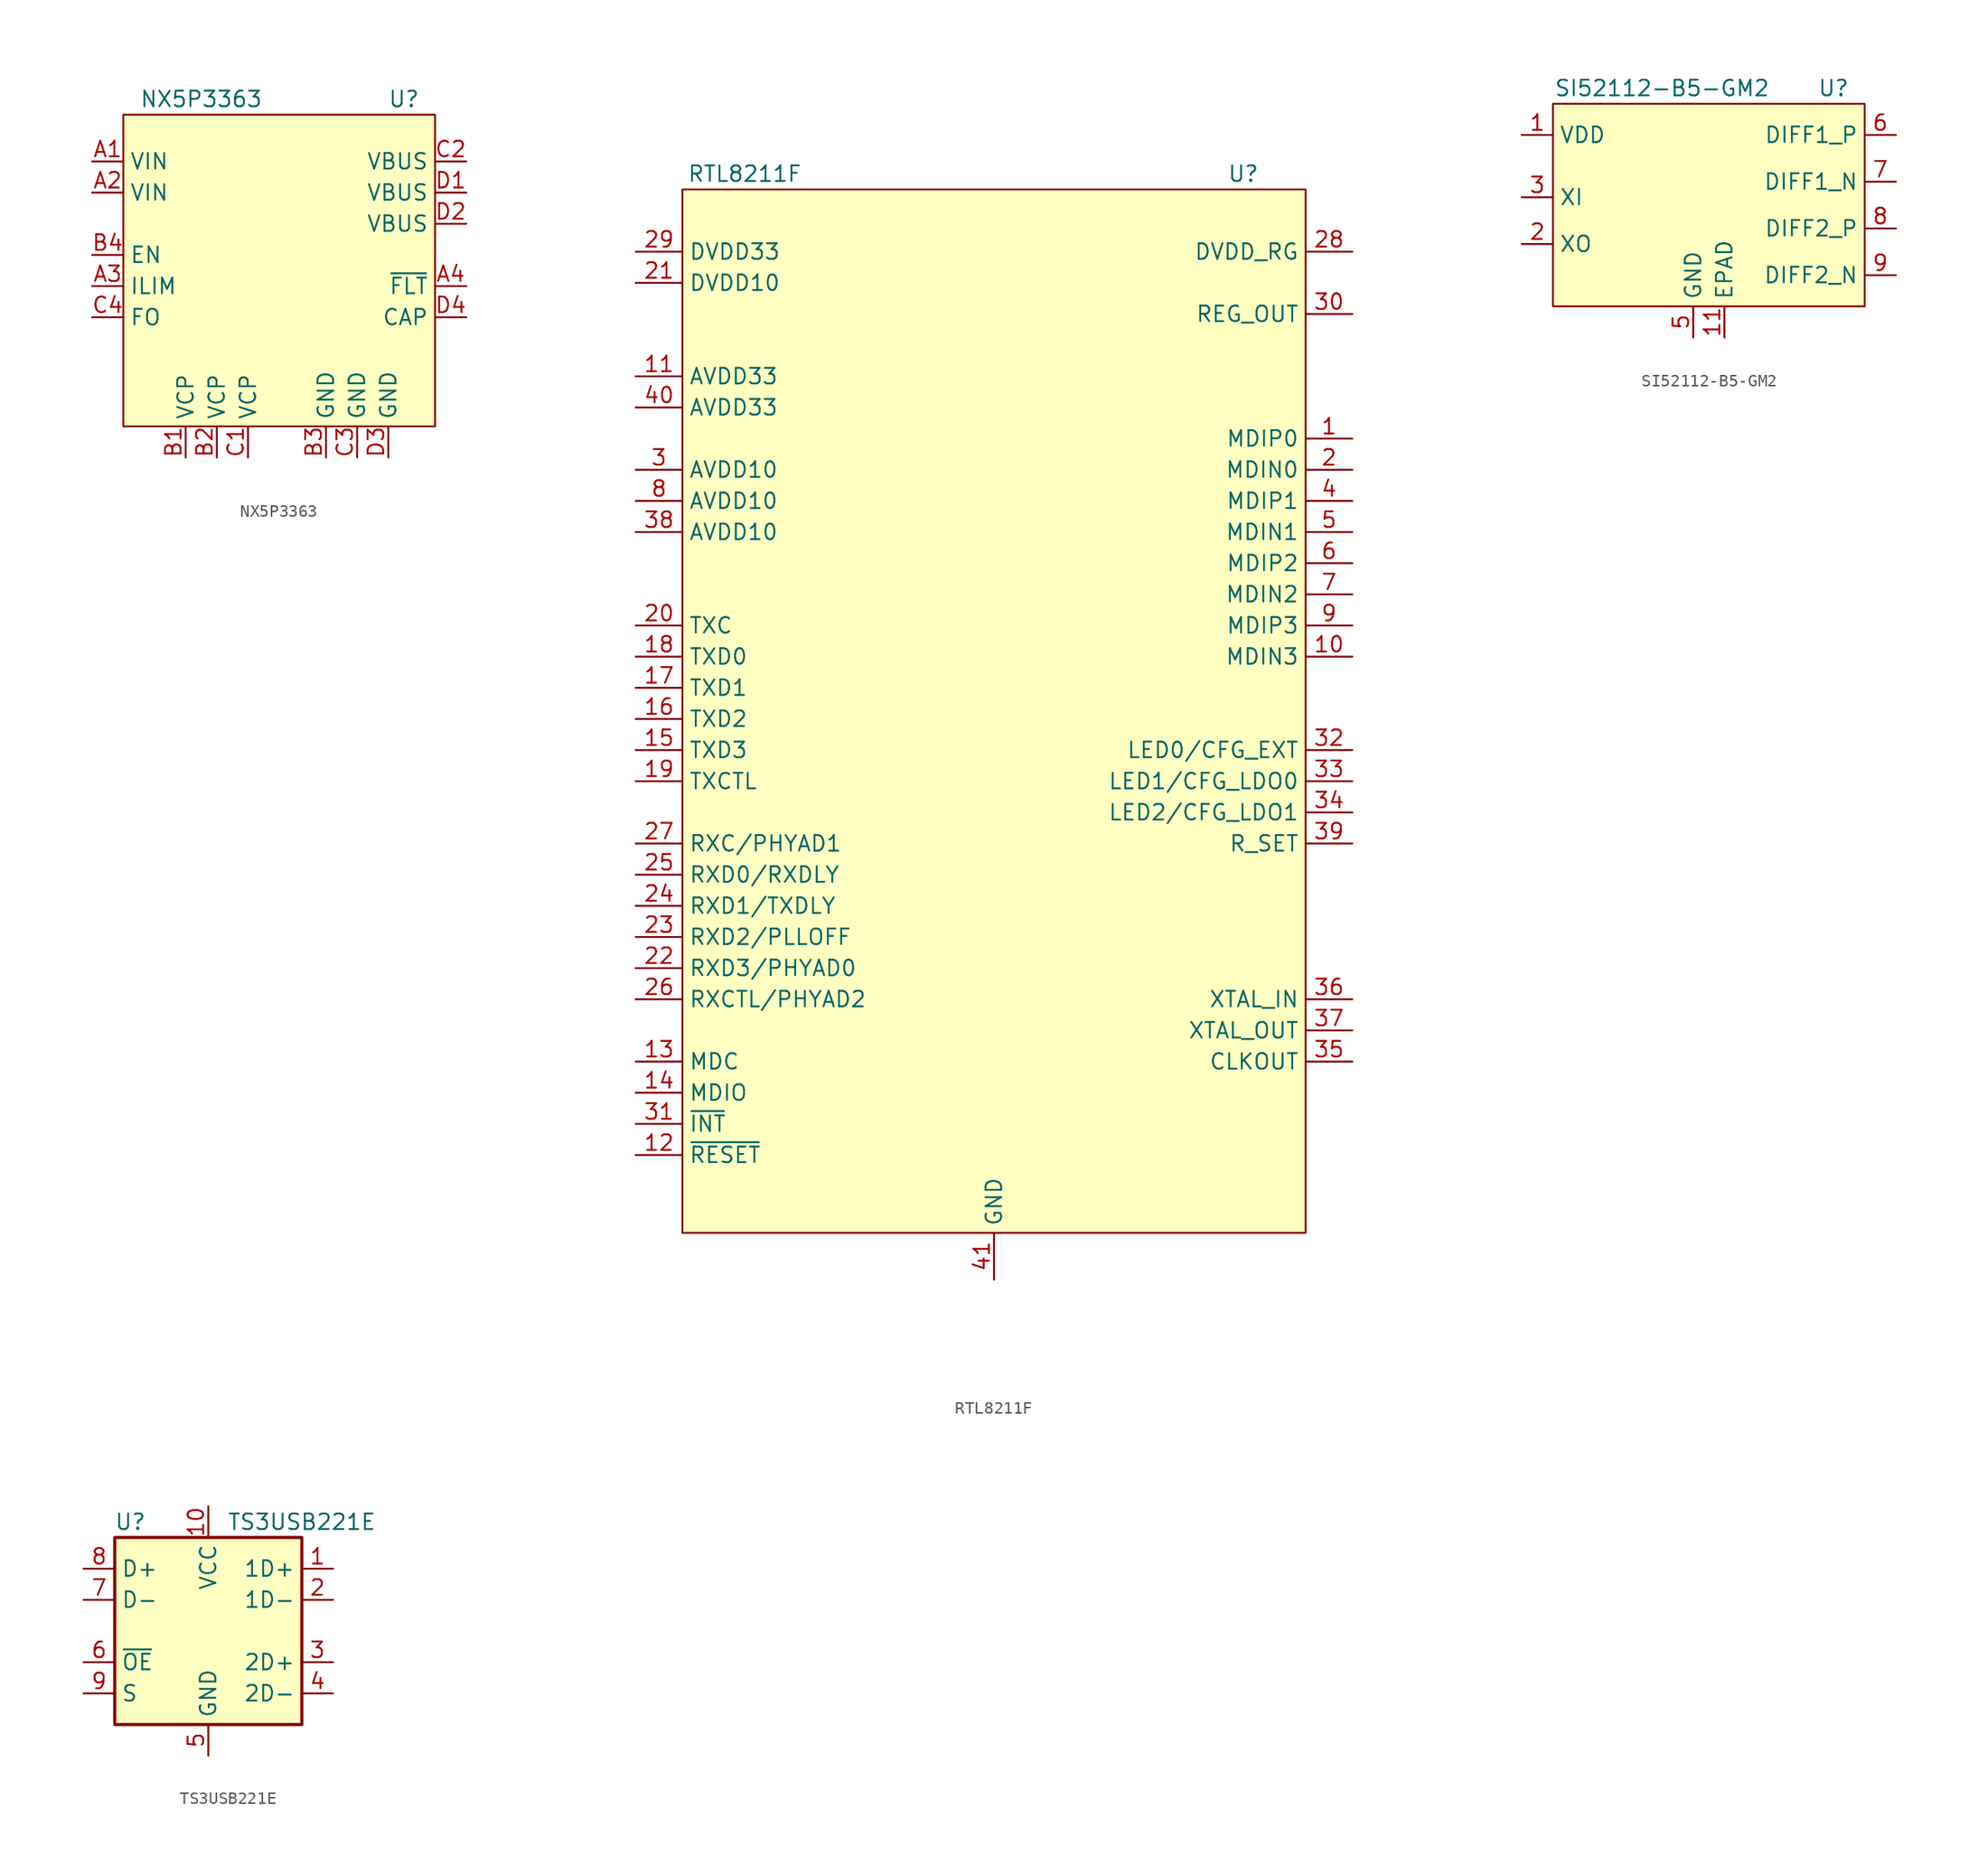
<source format=kicad_sym>
(kicad_symbol_lib
  (version 20211014)
  (generator kicad_symbol_editor)
  (symbol "NX5P3363"
    (property "Reference" "U"
      (at 10.16 1.27 0)
      (effects (font (size 1.27 1.27))))
    (property "Value" "NX5P3363"
      (at -6.35 1.27 0)
      (effects (font (size 1.27 1.27))))
    (symbol "NX5P3363_0_1"
      (rectangle (start -12.7 0) (end 12.7 -25.4) (stroke (width 0.152) (type default) (color 0 0 0 0)) (fill (type background))))
    (symbol "NX5P3363_1_1"
      (pin power_in line (at -15.24 -3.81 0) (length 2.54) (name "VIN" (effects (font (size 1.27 1.27)))) (number "A1" (effects (font (size 1.27 1.27)))))
      (pin power_in line (at -15.24 -6.35 0) (length 2.54) (name "VIN" (effects (font (size 1.27 1.27)))) (number "A2" (effects (font (size 1.27 1.27)))))
      (pin input line (at -15.24 -13.97 0) (length 2.54) (name "ILIM" (effects (font (size 1.27 1.27)))) (number "A3" (effects (font (size 1.27 1.27)))))
      (pin open_collector line (at 15.24 -13.97 180) (length 2.54) (name "~{FLT}" (effects (font (size 1.27 1.27)))) (number "A4" (effects (font (size 1.27 1.27)))))
      (pin passive line (at -7.62 -27.94 90) (length 2.54) (name "VCP" (effects (font (size 1.27 1.27)))) (number "B1" (effects (font (size 1.27 1.27)))))
      (pin passive line (at -5.08 -27.94 90) (length 2.54) (name "VCP" (effects (font (size 1.27 1.27)))) (number "B2" (effects (font (size 1.27 1.27)))))
      (pin power_in line (at 3.81 -27.94 90) (length 2.54) (name "GND" (effects (font (size 1.27 1.27)))) (number "B3" (effects (font (size 1.27 1.27)))))
      (pin input line (at -15.24 -11.43 0) (length 2.54) (name "EN" (effects (font (size 1.27 1.27)))) (number "B4" (effects (font (size 1.27 1.27)))))
      (pin passive line (at -2.54 -27.94 90) (length 2.54) (name "VCP" (effects (font (size 1.27 1.27)))) (number "C1" (effects (font (size 1.27 1.27)))))
      (pin power_out line (at 15.24 -3.81 180) (length 2.54) (name "VBUS" (effects (font (size 1.27 1.27)))) (number "C2" (effects (font (size 1.27 1.27)))))
      (pin power_in line (at 6.35 -27.94 90) (length 2.54) (name "GND" (effects (font (size 1.27 1.27)))) (number "C3" (effects (font (size 1.27 1.27)))))
      (pin input line (at -15.24 -16.51 0) (length 2.54) (name "FO" (effects (font (size 1.27 1.27)))) (number "C4" (effects (font (size 1.27 1.27)))))
      (pin power_out line (at 15.24 -6.35 180) (length 2.54) (name "VBUS" (effects (font (size 1.27 1.27)))) (number "D1" (effects (font (size 1.27 1.27)))))
      (pin power_out line (at 15.24 -8.89 180) (length 2.54) (name "VBUS" (effects (font (size 1.27 1.27)))) (number "D2" (effects (font (size 1.27 1.27)))))
      (pin power_in line (at 8.89 -27.94 90) (length 2.54) (name "GND" (effects (font (size 1.27 1.27)))) (number "D3" (effects (font (size 1.27 1.27)))))
      (pin passive line (at 15.24 -16.51 180) (length 2.54) (name "CAP" (effects (font (size 1.27 1.27)))) (number "D4" (effects (font (size 1.27 1.27)))))))
  (symbol "RTL8211F"
    (property "Reference" "U"
      (at 20.32 6.35 0)
      (effects (font (size 1.27 1.27))))
    (property "Value" "RTL8211F"
      (at -20.32 6.35 0)
      (effects (font (size 1.27 1.27))))
    (symbol "RTL8211F_0_0"
      (pin power_in line (at -29.21 -10.16 0) (length 3.81) (name "AVDD33" (effects (font (size 1.27 1.27)))) (number "11" (effects (font (size 1.27 1.27)))))
      (pin input line (at -29.21 -73.66 0) (length 3.81) (name "~{RESET}" (effects (font (size 1.27 1.27)))) (number "12" (effects (font (size 1.27 1.27)))))
      (pin input line (at -29.21 -66.04 0) (length 3.81) (name "MDC" (effects (font (size 1.27 1.27)))) (number "13" (effects (font (size 1.27 1.27)))))
      (pin bidirectional line (at -29.21 -68.58 0) (length 3.81) (name "MDIO" (effects (font (size 1.27 1.27)))) (number "14" (effects (font (size 1.27 1.27)))))
      (pin input line (at -29.21 -40.64 0) (length 3.81) (name "TXD3" (effects (font (size 1.27 1.27)))) (number "15" (effects (font (size 1.27 1.27)))))
      (pin input line (at -29.21 -38.1 0) (length 3.81) (name "TXD2" (effects (font (size 1.27 1.27)))) (number "16" (effects (font (size 1.27 1.27)))))
      (pin input line (at -29.21 -35.56 0) (length 3.81) (name "TXD1" (effects (font (size 1.27 1.27)))) (number "17" (effects (font (size 1.27 1.27)))))
      (pin input line (at -29.21 -33.02 0) (length 3.81) (name "TXD0" (effects (font (size 1.27 1.27)))) (number "18" (effects (font (size 1.27 1.27)))))
      (pin input line (at -29.21 -43.18 0) (length 3.81) (name "TXCTL" (effects (font (size 1.27 1.27)))) (number "19" (effects (font (size 1.27 1.27)))))
      (pin input line (at -29.21 -30.48 0) (length 3.81) (name "TXC" (effects (font (size 1.27 1.27)))) (number "20" (effects (font (size 1.27 1.27)))))
      (pin power_in line (at -29.21 -2.54 0) (length 3.81) (name "DVDD10" (effects (font (size 1.27 1.27)))) (number "21" (effects (font (size 1.27 1.27)))))
      (pin output line (at -29.21 -58.42 0) (length 3.81) (name "RXD3/PHYAD0" (effects (font (size 1.27 1.27)))) (number "22" (effects (font (size 1.27 1.27)))))
      (pin output line (at -29.21 -55.88 0) (length 3.81) (name "RXD2/PLLOFF" (effects (font (size 1.27 1.27)))) (number "23" (effects (font (size 1.27 1.27)))))
      (pin output line (at -29.21 -53.34 0) (length 3.81) (name "RXD1/TXDLY" (effects (font (size 1.27 1.27)))) (number "24" (effects (font (size 1.27 1.27)))))
      (pin output line (at -29.21 -50.8 0) (length 3.81) (name "RXD0/RXDLY" (effects (font (size 1.27 1.27)))) (number "25" (effects (font (size 1.27 1.27)))))
      (pin output line (at -29.21 -60.96 0) (length 3.81) (name "RXCTL/PHYAD2" (effects (font (size 1.27 1.27)))) (number "26" (effects (font (size 1.27 1.27)))))
      (pin output line (at -29.21 -48.26 0) (length 3.81) (name "RXC/PHYAD1" (effects (font (size 1.27 1.27)))) (number "27" (effects (font (size 1.27 1.27)))))
      (pin power_out line (at 29.21 0 180) (length 3.81) (name "DVDD_RG" (effects (font (size 1.27 1.27)))) (number "28" (effects (font (size 1.27 1.27)))))
      (pin power_in line (at -29.21 0 0) (length 3.81) (name "DVDD33" (effects (font (size 1.27 1.27)))) (number "29" (effects (font (size 1.27 1.27)))))
      (pin power_in line (at -29.21 -17.78 0) (length 3.81) (name "AVDD10" (effects (font (size 1.27 1.27)))) (number "3" (effects (font (size 1.27 1.27)))))
      (pin power_out line (at 29.21 -5.08 180) (length 3.81) (name "REG_OUT" (effects (font (size 1.27 1.27)))) (number "30" (effects (font (size 1.27 1.27)))))
      (pin open_collector line (at -29.21 -71.12 0) (length 3.81) (name "~{INT}" (effects (font (size 1.27 1.27)))) (number "31" (effects (font (size 1.27 1.27)))))
      (pin output line (at 29.21 -40.64 180) (length 3.81) (name "LED0/CFG_EXT" (effects (font (size 1.27 1.27)))) (number "32" (effects (font (size 1.27 1.27)))))
      (pin output line (at 29.21 -43.18 180) (length 3.81) (name "LED1/CFG_LDO0" (effects (font (size 1.27 1.27)))) (number "33" (effects (font (size 1.27 1.27)))))
      (pin output line (at 29.21 -45.72 180) (length 3.81) (name "LED2/CFG_LDO1" (effects (font (size 1.27 1.27)))) (number "34" (effects (font (size 1.27 1.27)))))
      (pin output line (at 29.21 -66.04 180) (length 3.81) (name "CLKOUT" (effects (font (size 1.27 1.27)))) (number "35" (effects (font (size 1.27 1.27)))))
      (pin input line (at 29.21 -60.96 180) (length 3.81) (name "XTAL_IN" (effects (font (size 1.27 1.27)))) (number "36" (effects (font (size 1.27 1.27)))))
      (pin output line (at 29.21 -63.5 180) (length 3.81) (name "XTAL_OUT" (effects (font (size 1.27 1.27)))) (number "37" (effects (font (size 1.27 1.27)))))
      (pin power_in line (at -29.21 -22.86 0) (length 3.81) (name "AVDD10" (effects (font (size 1.27 1.27)))) (number "38" (effects (font (size 1.27 1.27)))))
      (pin output line (at 29.21 -48.26 180) (length 3.81) (name "R_SET" (effects (font (size 1.27 1.27)))) (number "39" (effects (font (size 1.27 1.27)))))
      (pin power_in line (at -29.21 -12.7 0) (length 3.81) (name "AVDD33" (effects (font (size 1.27 1.27)))) (number "40" (effects (font (size 1.27 1.27)))))
      (pin power_in line (at 0 -83.82 90) (length 3.81) (name "GND" (effects (font (size 1.27 1.27)))) (number "41" (effects (font (size 1.27 1.27)))))
      (pin power_in line (at -29.21 -20.32 0) (length 3.81) (name "AVDD10" (effects (font (size 1.27 1.27)))) (number "8" (effects (font (size 1.27 1.27))))))
    (symbol "RTL8211F_0_1"
      (rectangle (start -25.4 5.08) (end 25.4 -80.01) (stroke (width 0.152) (type default) (color 0 0 0 0)) (fill (type background))))
    (symbol "RTL8211F_1_0"
      (pin bidirectional line (at 29.21 -15.24 180) (length 3.81) (name "MDIP0" (effects (font (size 1.27 1.27)))) (number "1" (effects (font (size 1.27 1.27)))))
      (pin bidirectional line (at 29.21 -33.02 180) (length 3.81) (name "MDIN3" (effects (font (size 1.27 1.27)))) (number "10" (effects (font (size 1.27 1.27)))))
      (pin bidirectional line (at 29.21 -17.78 180) (length 3.81) (name "MDIN0" (effects (font (size 1.27 1.27)))) (number "2" (effects (font (size 1.27 1.27)))))
      (pin bidirectional line (at 29.21 -20.32 180) (length 3.81) (name "MDIP1" (effects (font (size 1.27 1.27)))) (number "4" (effects (font (size 1.27 1.27)))))
      (pin bidirectional line (at 29.21 -22.86 180) (length 3.81) (name "MDIN1" (effects (font (size 1.27 1.27)))) (number "5" (effects (font (size 1.27 1.27)))))
      (pin bidirectional line (at 29.21 -25.4 180) (length 3.81) (name "MDIP2" (effects (font (size 1.27 1.27)))) (number "6" (effects (font (size 1.27 1.27)))))
      (pin bidirectional line (at 29.21 -27.94 180) (length 3.81) (name "MDIN2" (effects (font (size 1.27 1.27)))) (number "7" (effects (font (size 1.27 1.27)))))
      (pin bidirectional line (at 29.21 -30.48 180) (length 3.81) (name "MDIP3" (effects (font (size 1.27 1.27)))) (number "9" (effects (font (size 1.27 1.27)))))))
  (symbol "SI52112-B5-GM2"
    (property "Reference" "U"
      (at 10.16 8.89 0)
      (effects (font (size 1.27 1.27))))
    (property "Value" "SI52112-B5-GM2"
      (at -3.81 8.89 0)
      (effects (font (size 1.27 1.27))))
    (symbol "SI52112-B5-GM2_0_1"
      (rectangle (start -12.7 7.62) (end 12.7 -8.89) (stroke (width 0.152) (type default) (color 0 0 0 0)) (fill (type background))))
    (symbol "SI52112-B5-GM2_1_0"
      (pin power_in line (at 1.27 -11.43 90) (length 2.54) (name "EPAD" (effects (font (size 1.27 1.27)))) (number "11" (effects (font (size 1.27 1.27))))))
    (symbol "SI52112-B5-GM2_1_1"
      (pin power_in line (at -15.24 5.08 0) (length 2.54) (name "VDD" (effects (font (size 1.27 1.27)))) (number "1" (effects (font (size 1.27 1.27)))))
      (pin power_in line (at -15.24 5.08 0) (length 2.54) hide (name "VDD" (effects (font (size 1.27 1.27)))) (number "10" (effects (font (size 1.27 1.27)))))
      (pin passive line (at -15.24 -3.81 0) (length 2.54) (name "XO" (effects (font (size 1.27 1.27)))) (number "2" (effects (font (size 1.27 1.27)))))
      (pin passive line (at -15.24 0 0) (length 2.54) (name "XI" (effects (font (size 1.27 1.27)))) (number "3" (effects (font (size 1.27 1.27)))))
      (pin passive line (at -1.27 -11.43 90) (length 2.54) hide (name "GND" (effects (font (size 1.27 1.27)))) (number "4" (effects (font (size 1.27 1.27)))))
      (pin passive line (at -1.27 -11.43 90) (length 2.54) (name "GND" (effects (font (size 1.27 1.27)))) (number "5" (effects (font (size 1.27 1.27)))))
      (pin output line (at 15.24 5.08 180) (length 2.54) (name "DIFF1_P" (effects (font (size 1.27 1.27)))) (number "6" (effects (font (size 1.27 1.27)))))
      (pin output line (at 15.24 1.27 180) (length 2.54) (name "DIFF1_N" (effects (font (size 1.27 1.27)))) (number "7" (effects (font (size 1.27 1.27)))))
      (pin output line (at 15.24 -2.54 180) (length 2.54) (name "DIFF2_P" (effects (font (size 1.27 1.27)))) (number "8" (effects (font (size 1.27 1.27)))))
      (pin output line (at 15.24 -6.35 180) (length 2.54) (name "DIFF2_N" (effects (font (size 1.27 1.27)))) (number "9" (effects (font (size 1.27 1.27)))))))
  (symbol "TS3USB221E"
    (property "Reference" "U"
      (at -6.35 8.89 0)
      (effects (font (size 1.27 1.27))))
    (property "Value" "TS3USB221E"
      (at 7.62 8.89 0)
      (effects (font (size 1.27 1.27))))
    (symbol "TS3USB221E_0_1"
      (rectangle (start 7.62 7.62) (end -7.62 -7.62) (stroke (width 0.254) (type default) (color 0 0 0 0)) (fill (type background))))
    (symbol "TS3USB221E_1_1"
      (pin bidirectional line (at 10.16 5.08 180) (length 2.54) (name "1D+" (effects (font (size 1.27 1.27)))) (number "1" (effects (font (size 1.27 1.27)))))
      (pin power_in line (at 0 10.16 270) (length 2.54) (name "VCC" (effects (font (size 1.27 1.27)))) (number "10" (effects (font (size 1.27 1.27)))))
      (pin bidirectional line (at 10.16 2.54 180) (length 2.54) (name "1D-" (effects (font (size 1.27 1.27)))) (number "2" (effects (font (size 1.27 1.27)))))
      (pin bidirectional line (at 10.16 -2.54 180) (length 2.54) (name "2D+" (effects (font (size 1.27 1.27)))) (number "3" (effects (font (size 1.27 1.27)))))
      (pin bidirectional line (at 10.16 -5.08 180) (length 2.54) (name "2D-" (effects (font (size 1.27 1.27)))) (number "4" (effects (font (size 1.27 1.27)))))
      (pin power_in line (at 0 -10.16 90) (length 2.54) (name "GND" (effects (font (size 1.27 1.27)))) (number "5" (effects (font (size 1.27 1.27)))))
      (pin input line (at -10.16 -2.54 0) (length 2.54) (name "~{OE}" (effects (font (size 1.27 1.27)))) (number "6" (effects (font (size 1.27 1.27)))))
      (pin bidirectional line (at -10.16 2.54 0) (length 2.54) (name "D-" (effects (font (size 1.27 1.27)))) (number "7" (effects (font (size 1.27 1.27)))))
      (pin bidirectional line (at -10.16 5.08 0) (length 2.54) (name "D+" (effects (font (size 1.27 1.27)))) (number "8" (effects (font (size 1.27 1.27)))))
      (pin input line (at -10.16 -5.08 0) (length 2.54) (name "S" (effects (font (size 1.27 1.27)))) (number "9" (effects (font (size 1.27 1.27))))))))
</source>
